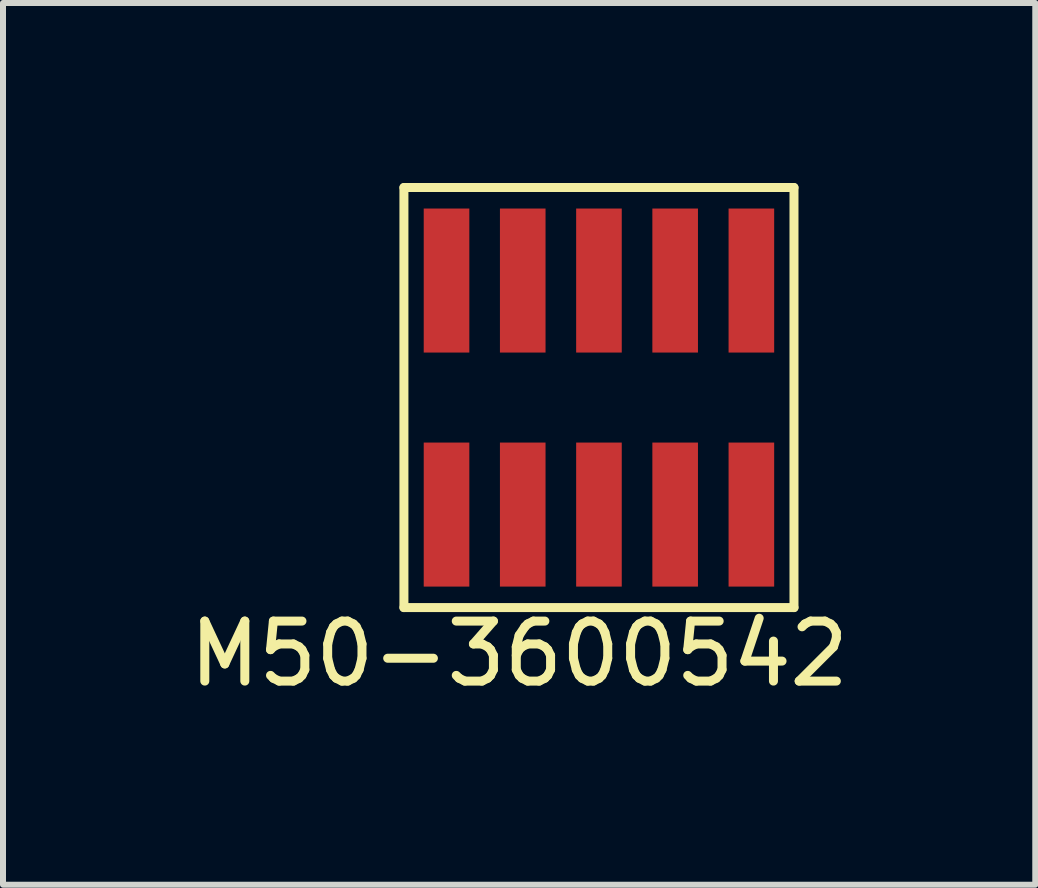
<source format=kicad_pcb>
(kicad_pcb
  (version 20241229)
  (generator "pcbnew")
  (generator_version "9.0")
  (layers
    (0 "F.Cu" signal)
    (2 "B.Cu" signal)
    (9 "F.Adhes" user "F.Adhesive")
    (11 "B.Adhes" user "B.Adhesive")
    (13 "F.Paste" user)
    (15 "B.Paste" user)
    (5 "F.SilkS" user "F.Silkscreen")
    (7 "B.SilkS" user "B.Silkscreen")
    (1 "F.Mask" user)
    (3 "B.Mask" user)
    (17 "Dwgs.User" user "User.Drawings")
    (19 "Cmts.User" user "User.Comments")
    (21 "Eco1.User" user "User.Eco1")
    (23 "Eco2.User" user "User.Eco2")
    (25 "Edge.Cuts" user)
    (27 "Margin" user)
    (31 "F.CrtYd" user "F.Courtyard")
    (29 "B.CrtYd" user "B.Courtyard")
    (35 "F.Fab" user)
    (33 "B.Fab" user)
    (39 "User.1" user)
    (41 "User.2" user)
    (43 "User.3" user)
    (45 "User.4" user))
  (footprint "M50-3600542"
    (layer "F.Cu")
    (at 6.931 3.575)
    (property "Reference" "M50-3600542" (at -1.33 4.27 0) (layer "F.SilkS") (effects (font (size 1 1) (thickness 0.15))))
    (attr through_hole)
    (fp_line (start -3.25 -3.5) (end -3.25 3.5) (stroke (width 0.15) (type solid)) (layer "F.SilkS"))
    (fp_line (start -3.25 3.5) (end 3.25 3.5) (stroke (width 0.15) (type solid)) (layer "F.SilkS"))
    (fp_line (start 3.25 -3.5) (end -3.25 -3.5) (stroke (width 0.15) (type solid)) (layer "F.SilkS"))
    (fp_line (start 3.25 3.5) (end 3.25 -3.5) (stroke (width 0.15) (type solid)) (layer "F.SilkS"))
    (pad "1" smd rect (at -2.54 -1.95) (size 0.76 2.4) (layers "F.Cu" "F.Mask" "F.Paste"))
    (pad "2" smd rect (at -2.54 1.95) (size 0.76 2.4) (layers "F.Cu" "F.Mask" "F.Paste"))
    (pad "3" smd rect (at -1.27 -1.95) (size 0.76 2.4) (layers "F.Cu" "F.Mask" "F.Paste"))
    (pad "4" smd rect (at -1.27 1.95) (size 0.76 2.4) (layers "F.Cu" "F.Mask" "F.Paste"))
    (pad "5" smd rect (at 0 -1.95) (size 0.76 2.4) (layers "F.Cu" "F.Mask" "F.Paste"))
    (pad "6" smd rect (at 0 1.95) (size 0.76 2.4) (layers "F.Cu" "F.Mask" "F.Paste"))
    (pad "7" smd rect (at 1.27 -1.95) (size 0.76 2.4) (layers "F.Cu" "F.Mask" "F.Paste"))
    (pad "8" smd rect (at 1.27 1.95) (size 0.76 2.4) (layers "F.Cu" "F.Mask" "F.Paste"))
    (pad "9" smd rect (at 2.54 -1.95) (size 0.76 2.4) (layers "F.Cu" "F.Mask" "F.Paste"))
    (pad "10" smd rect (at 2.54 1.95) (size 0.76 2.4) (layers "F.Cu" "F.Mask" "F.Paste")))
  (gr_rect
    (start -3 -3)
    (end 14.202 11.693)
    (stroke (width 0.1) (type default))
    (fill no)
    (layer "Edge.Cuts")))
</source>
